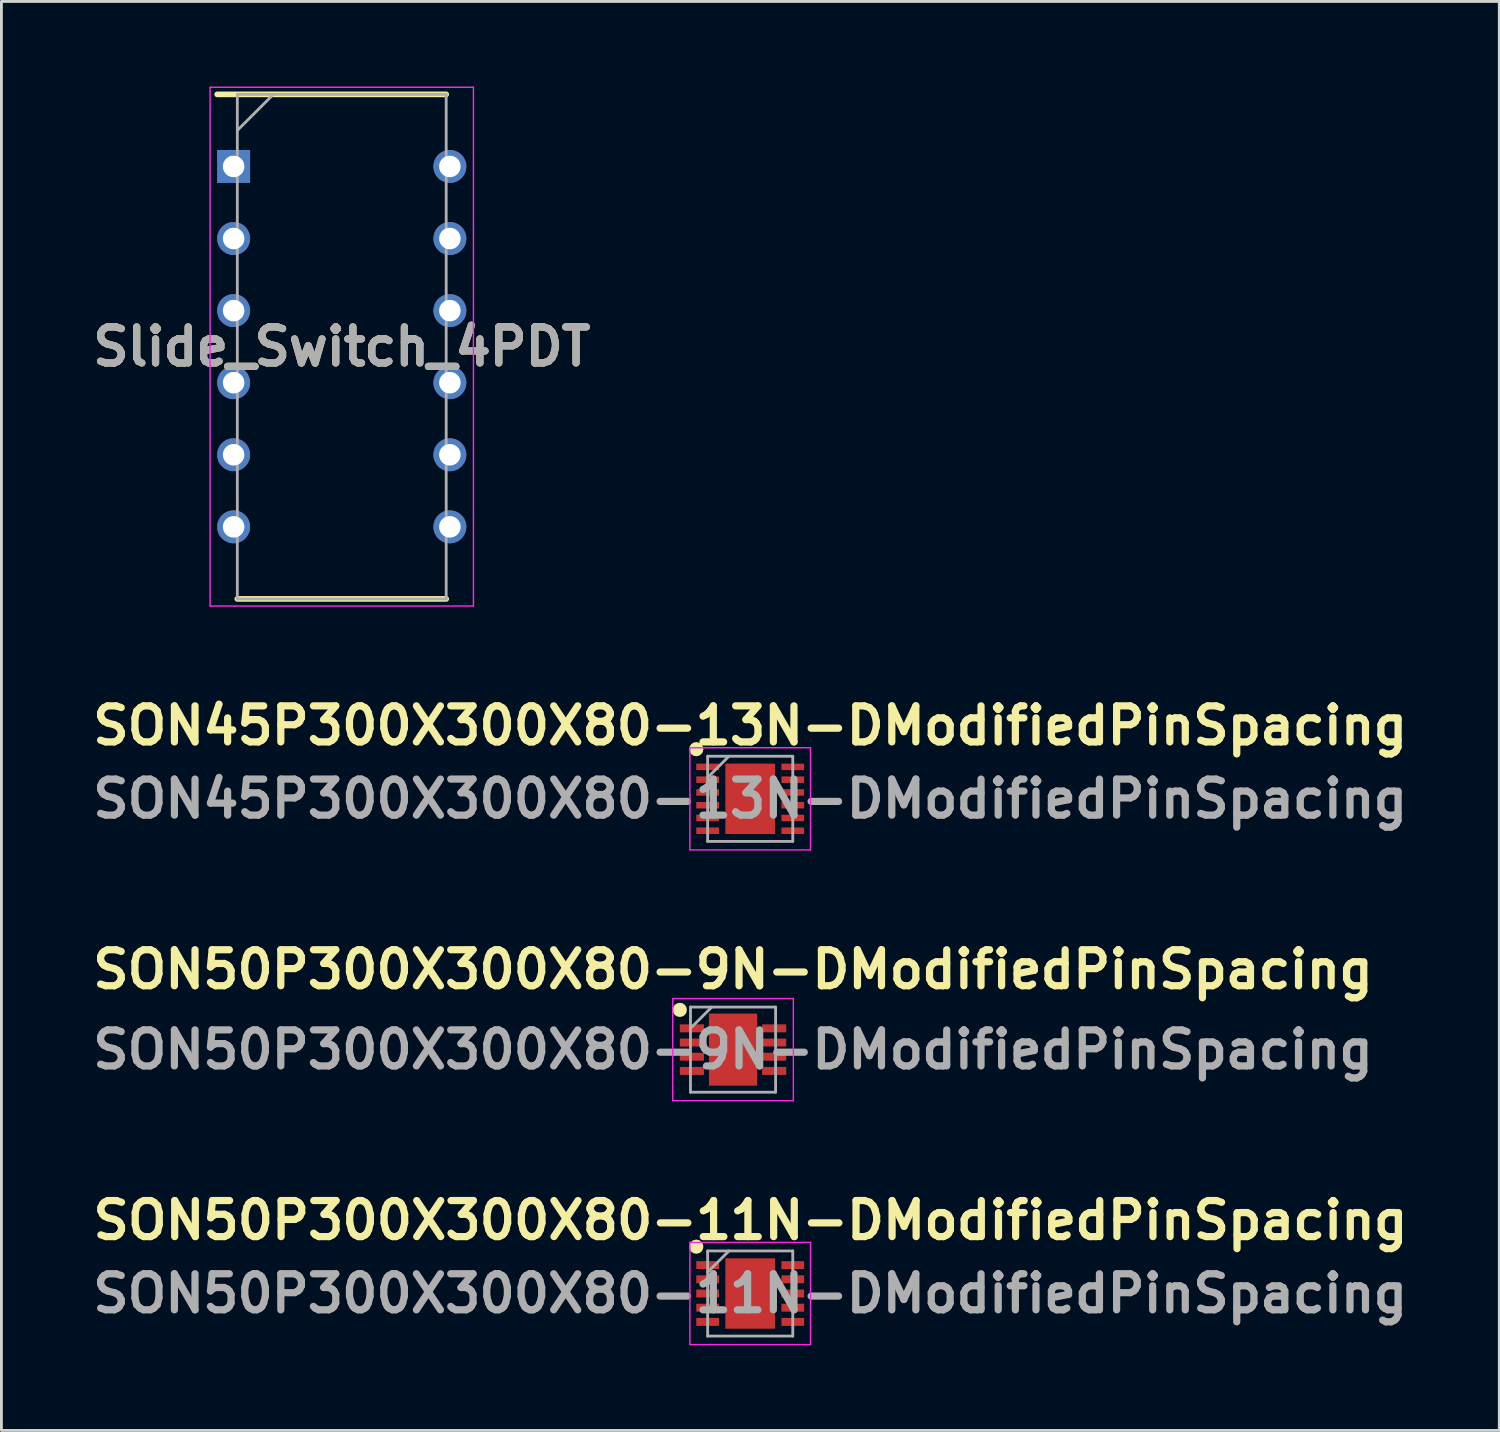
<source format=kicad_pcb>
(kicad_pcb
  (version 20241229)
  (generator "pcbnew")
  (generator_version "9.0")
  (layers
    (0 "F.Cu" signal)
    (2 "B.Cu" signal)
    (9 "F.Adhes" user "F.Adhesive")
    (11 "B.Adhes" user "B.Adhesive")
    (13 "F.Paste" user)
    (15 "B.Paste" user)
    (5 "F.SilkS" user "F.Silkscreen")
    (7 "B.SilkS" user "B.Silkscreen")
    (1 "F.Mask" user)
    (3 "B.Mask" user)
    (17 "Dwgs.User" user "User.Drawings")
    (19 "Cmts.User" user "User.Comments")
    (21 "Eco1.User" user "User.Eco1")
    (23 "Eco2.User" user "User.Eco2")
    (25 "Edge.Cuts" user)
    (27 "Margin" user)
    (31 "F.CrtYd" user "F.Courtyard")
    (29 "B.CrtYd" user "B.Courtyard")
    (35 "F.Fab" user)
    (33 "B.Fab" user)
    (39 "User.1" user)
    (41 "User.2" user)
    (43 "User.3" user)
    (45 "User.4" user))
  (footprint "SON45P300X300X80-13N-DModifiedPinSpacing"
    (layer "F.Cu")
    (at 23.386 25.099)
    (property "Reference" "SON45P300X300X80-13N-DModifiedPinSpacing" (at 0 -2.58 0) (layer "F.SilkS") (effects (font (size 1.27 1.27) (thickness 0.254))))
    (attr smd)
    (fp_circle (center -1.9 -1.75) (end -1.9 -1.625) (stroke (width 0.25) (type solid)) (fill no) (layer "F.SilkS"))
    (fp_line (start -2.125 -1.8) (end 2.125 -1.8) (stroke (width 0.05) (type solid)) (layer "F.CrtYd"))
    (fp_line (start -2.125 1.8) (end -2.125 -1.8) (stroke (width 0.05) (type solid)) (layer "F.CrtYd"))
    (fp_line (start 2.125 -1.8) (end 2.125 1.8) (stroke (width 0.05) (type solid)) (layer "F.CrtYd"))
    (fp_line (start 2.125 1.8) (end -2.125 1.8) (stroke (width 0.05) (type solid)) (layer "F.CrtYd"))
    (fp_line (start -1.5 -1.5) (end 1.5 -1.5) (stroke (width 0.1) (type solid)) (layer "F.Fab"))
    (fp_line (start -1.5 -0.75) (end -0.75 -1.5) (stroke (width 0.1) (type solid)) (layer "F.Fab"))
    (fp_line (start -1.5 1.5) (end -1.5 -1.5) (stroke (width 0.1) (type solid)) (layer "F.Fab"))
    (fp_line (start 1.5 -1.5) (end 1.5 1.5) (stroke (width 0.1) (type solid)) (layer "F.Fab"))
    (fp_line (start 1.5 1.5) (end -1.5 1.5) (stroke (width 0.1) (type solid)) (layer "F.Fab"))
    (fp_text user "${REFERENCE}" (at 0 0 0) (layer "F.Fab") (effects (font (size 1.27 1.27) (thickness 0.254))))
    (pad "1" smd rect (at -1.5 -1.125 90) (size 0.23 0.8) (layers "F.Cu" "F.Mask" "F.Paste"))
    (pad "2" smd rect (at -1.5 -0.675 90) (size 0.23 0.8) (layers "F.Cu" "F.Mask" "F.Paste"))
    (pad "3" smd rect (at -1.5 -0.225 90) (size 0.23 0.8) (layers "F.Cu" "F.Mask" "F.Paste"))
    (pad "4" smd rect (at -1.5 0.225 90) (size 0.23 0.8) (layers "F.Cu" "F.Mask" "F.Paste"))
    (pad "5" smd rect (at -1.5 0.675 90) (size 0.23 0.8) (layers "F.Cu" "F.Mask" "F.Paste"))
    (pad "6" smd rect (at -1.5 1.125 90) (size 0.23 0.8) (layers "F.Cu" "F.Mask" "F.Paste"))
    (pad "7" smd rect (at 1.5 1.125 90) (size 0.23 0.8) (layers "F.Cu" "F.Mask" "F.Paste"))
    (pad "8" smd rect (at 1.5 0.675 90) (size 0.23 0.8) (layers "F.Cu" "F.Mask" "F.Paste"))
    (pad "9" smd rect (at 1.5 0.225 90) (size 0.23 0.8) (layers "F.Cu" "F.Mask" "F.Paste"))
    (pad "10" smd rect (at 1.5 -0.225 90) (size 0.23 0.8) (layers "F.Cu" "F.Mask" "F.Paste"))
    (pad "11" smd rect (at 1.5 -0.675 90) (size 0.23 0.8) (layers "F.Cu" "F.Mask" "F.Paste"))
    (pad "12" smd rect (at 1.5 -1.125 90) (size 0.23 0.8) (layers "F.Cu" "F.Mask" "F.Paste"))
    (pad "13" smd rect (at 0 0) (size 1.75 2.48) (layers "F.Cu" "F.Mask" "F.Paste")))
  (footprint "SON50P300X300X80-9N-DModifiedPinSpacing"
    (layer "F.Cu")
    (at 22.781 33.937)
    (property "Reference" "SON50P300X300X80-9N-DModifiedPinSpacing" (at 0 -2.825 0) (layer "F.SilkS") (effects (font (size 1.27 1.27) (thickness 0.254))))
    (attr smd)
    (fp_circle (center -1.875 -1.4) (end -1.875 -1.275) (stroke (width 0.25) (type solid)) (fill no) (layer "F.SilkS"))
    (fp_line (start -2.125 -1.8) (end 2.125 -1.8) (stroke (width 0.05) (type solid)) (layer "F.CrtYd"))
    (fp_line (start -2.125 1.8) (end -2.125 -1.8) (stroke (width 0.05) (type solid)) (layer "F.CrtYd"))
    (fp_line (start 2.125 -1.8) (end 2.125 1.8) (stroke (width 0.05) (type solid)) (layer "F.CrtYd"))
    (fp_line (start 2.125 1.8) (end -2.125 1.8) (stroke (width 0.05) (type solid)) (layer "F.CrtYd"))
    (fp_line (start -1.5 -1.5) (end 1.5 -1.5) (stroke (width 0.1) (type solid)) (layer "F.Fab"))
    (fp_line (start -1.5 -0.75) (end -0.75 -1.5) (stroke (width 0.1) (type solid)) (layer "F.Fab"))
    (fp_line (start -1.5 1.5) (end -1.5 -1.5) (stroke (width 0.1) (type solid)) (layer "F.Fab"))
    (fp_line (start 1.5 -1.5) (end 1.5 1.5) (stroke (width 0.1) (type solid)) (layer "F.Fab"))
    (fp_line (start 1.5 1.5) (end -1.5 1.5) (stroke (width 0.1) (type solid)) (layer "F.Fab"))
    (fp_text user "${REFERENCE}" (at 0 0 0) (layer "F.Fab") (effects (font (size 1.27 1.27) (thickness 0.254))))
    (pad "1" smd rect (at -1.45 -0.75 90) (size 0.28 0.85) (layers "F.Cu" "F.Mask" "F.Paste"))
    (pad "2" smd rect (at -1.45 -0.25 90) (size 0.28 0.85) (layers "F.Cu" "F.Mask" "F.Paste"))
    (pad "3" smd rect (at -1.45 0.25 90) (size 0.28 0.85) (layers "F.Cu" "F.Mask" "F.Paste"))
    (pad "4" smd rect (at -1.45 0.75 90) (size 0.28 0.85) (layers "F.Cu" "F.Mask" "F.Paste"))
    (pad "5" smd rect (at 1.45 0.75 90) (size 0.28 0.85) (layers "F.Cu" "F.Mask" "F.Paste"))
    (pad "6" smd rect (at 1.45 0.25 90) (size 0.28 0.85) (layers "F.Cu" "F.Mask" "F.Paste"))
    (pad "7" smd rect (at 1.45 -0.25 90) (size 0.28 0.85) (layers "F.Cu" "F.Mask" "F.Paste"))
    (pad "8" smd rect (at 1.45 -0.75 90) (size 0.28 0.85) (layers "F.Cu" "F.Mask" "F.Paste"))
    (pad "9" smd rect (at 0 0) (size 1.7 2.54) (layers "F.Cu" "F.Mask" "F.Paste")))
  (footprint "SON50P300X300X80-11N-DModifiedPinSpacing"
    (layer "F.Cu")
    (at 23.386 42.531)
    (property "Reference" "SON50P300X300X80-11N-DModifiedPinSpacing" (at 0.01 -2.58 0) (layer "F.SilkS") (effects (font (size 1.27 1.27) (thickness 0.254))))
    (attr smd)
    (fp_circle (center -1.9 -1.65) (end -1.9 -1.525) (stroke (width 0.25) (type solid)) (fill no) (layer "F.SilkS"))
    (fp_line (start -2.125 -1.8) (end 2.125 -1.8) (stroke (width 0.05) (type solid)) (layer "F.CrtYd"))
    (fp_line (start -2.125 1.8) (end -2.125 -1.8) (stroke (width 0.05) (type solid)) (layer "F.CrtYd"))
    (fp_line (start 2.125 -1.8) (end 2.125 1.8) (stroke (width 0.05) (type solid)) (layer "F.CrtYd"))
    (fp_line (start 2.125 1.8) (end -2.125 1.8) (stroke (width 0.05) (type solid)) (layer "F.CrtYd"))
    (fp_line (start -1.5 -1.5) (end 1.5 -1.5) (stroke (width 0.1) (type solid)) (layer "F.Fab"))
    (fp_line (start -1.5 -0.75) (end -0.75 -1.5) (stroke (width 0.1) (type solid)) (layer "F.Fab"))
    (fp_line (start -1.5 1.5) (end -1.5 -1.5) (stroke (width 0.1) (type solid)) (layer "F.Fab"))
    (fp_line (start 1.5 -1.5) (end 1.5 1.5) (stroke (width 0.1) (type solid)) (layer "F.Fab"))
    (fp_line (start 1.5 1.5) (end -1.5 1.5) (stroke (width 0.1) (type solid)) (layer "F.Fab"))
    (fp_text user "${REFERENCE}" (at 0 0 0) (layer "F.Fab") (effects (font (size 1.27 1.27) (thickness 0.254))))
    (pad "1" smd rect (at -1.5 -1 90) (size 0.28 0.8) (layers "F.Cu" "F.Mask" "F.Paste"))
    (pad "2" smd rect (at -1.5 -0.5 90) (size 0.28 0.8) (layers "F.Cu" "F.Mask" "F.Paste"))
    (pad "3" smd rect (at -1.5 0 90) (size 0.28 0.8) (layers "F.Cu" "F.Mask" "F.Paste"))
    (pad "4" smd rect (at -1.5 0.5 90) (size 0.28 0.8) (layers "F.Cu" "F.Mask" "F.Paste"))
    (pad "5" smd rect (at -1.5 1 90) (size 0.28 0.8) (layers "F.Cu" "F.Mask" "F.Paste"))
    (pad "6" smd rect (at 1.5 1 90) (size 0.28 0.8) (layers "F.Cu" "F.Mask" "F.Paste"))
    (pad "7" smd rect (at 1.5 0.5 90) (size 0.28 0.8) (layers "F.Cu" "F.Mask" "F.Paste"))
    (pad "8" smd rect (at 1.5 0 90) (size 0.28 0.8) (layers "F.Cu" "F.Mask" "F.Paste"))
    (pad "9" smd rect (at 1.5 -0.5 90) (size 0.28 0.8) (layers "F.Cu" "F.Mask" "F.Paste"))
    (pad "10" smd rect (at 1.5 -1 90) (size 0.28 0.8) (layers "F.Cu" "F.Mask" "F.Paste"))
    (pad "11" smd rect (at 0 0) (size 1.75 2.48) (layers "F.Cu" "F.Mask" "F.Paste")))
  (footprint "Slide_Switch_4PDT"
    (layer "F.Cu")
    (at 8.993 9.165)
    (property "Reference" "Slide_Switch_4PDT" (at 0 0 0) (layer "F.SilkS") (effects (font (size 1.27 1.27) (thickness 0.254))))
    (attr through_hole)
    (fp_line (start -4.39 -8.89) (end 3.68 -8.89) (stroke (width 0.2) (type solid)) (layer "F.SilkS"))
    (fp_line (start -3.68 8.89) (end 3.68 8.89) (stroke (width 0.2) (type solid)) (layer "F.SilkS"))
    (fp_line (start -4.64 -9.14) (end 4.64 -9.14) (stroke (width 0.05) (type solid)) (layer "F.CrtYd"))
    (fp_line (start -4.64 9.14) (end -4.64 -9.14) (stroke (width 0.05) (type solid)) (layer "F.CrtYd"))
    (fp_line (start 4.64 -9.14) (end 4.64 9.14) (stroke (width 0.05) (type solid)) (layer "F.CrtYd"))
    (fp_line (start 4.64 9.14) (end -4.64 9.14) (stroke (width 0.05) (type solid)) (layer "F.CrtYd"))
    (fp_line (start -3.68 -8.89) (end 3.68 -8.89) (stroke (width 0.1) (type solid)) (layer "F.Fab"))
    (fp_line (start -3.68 -7.62) (end -2.41 -8.89) (stroke (width 0.1) (type solid)) (layer "F.Fab"))
    (fp_line (start -3.68 8.89) (end -3.68 -8.89) (stroke (width 0.1) (type solid)) (layer "F.Fab"))
    (fp_line (start 3.68 -8.89) (end 3.68 8.89) (stroke (width 0.1) (type solid)) (layer "F.Fab"))
    (fp_line (start 3.68 8.89) (end -3.68 8.89) (stroke (width 0.1) (type solid)) (layer "F.Fab"))
    (fp_text user "${REFERENCE}" (at 0 0 0) (layer "F.Fab") (effects (font (size 1.27 1.27) (thickness 0.254))))
    (pad "1" thru_hole rect (at -3.81 -6.35) (size 1.16 1.16) (drill 0.76) (layers "*.Cu" "*.Mask"))
    (pad "2" thru_hole circle (at -3.81 -3.81) (size 1.16 1.16) (drill 0.76) (layers "*.Cu" "*.Mask"))
    (pad "3" thru_hole circle (at -3.81 -1.27) (size 1.16 1.16) (drill 0.76) (layers "*.Cu" "*.Mask"))
    (pad "4" thru_hole circle (at -3.81 1.27) (size 1.16 1.16) (drill 0.76) (layers "*.Cu" "*.Mask"))
    (pad "5" thru_hole circle (at -3.81 3.81) (size 1.16 1.16) (drill 0.76) (layers "*.Cu" "*.Mask"))
    (pad "6" thru_hole circle (at -3.81 6.35) (size 1.16 1.16) (drill 0.76) (layers "*.Cu" "*.Mask"))
    (pad "7" thru_hole circle (at 3.81 6.35) (size 1.16 1.16) (drill 0.76) (layers "*.Cu" "*.Mask"))
    (pad "8" thru_hole circle (at 3.81 3.81) (size 1.16 1.16) (drill 0.76) (layers "*.Cu" "*.Mask"))
    (pad "9" thru_hole circle (at 3.81 1.27) (size 1.16 1.16) (drill 0.76) (layers "*.Cu" "*.Mask"))
    (pad "10" thru_hole circle (at 3.81 -1.27) (size 1.16 1.16) (drill 0.76) (layers "*.Cu" "*.Mask"))
    (pad "11" thru_hole circle (at 3.81 -3.81) (size 1.16 1.16) (drill 0.76) (layers "*.Cu" "*.Mask"))
    (pad "12" thru_hole circle (at 3.81 -6.35) (size 1.16 1.16) (drill 0.76) (layers "*.Cu" "*.Mask")))
  (gr_rect
    (start -3 -3)
    (end 49.782 47.356)
    (stroke (width 0.1) (type default))
    (fill no)
    (layer "Edge.Cuts")))
</source>
